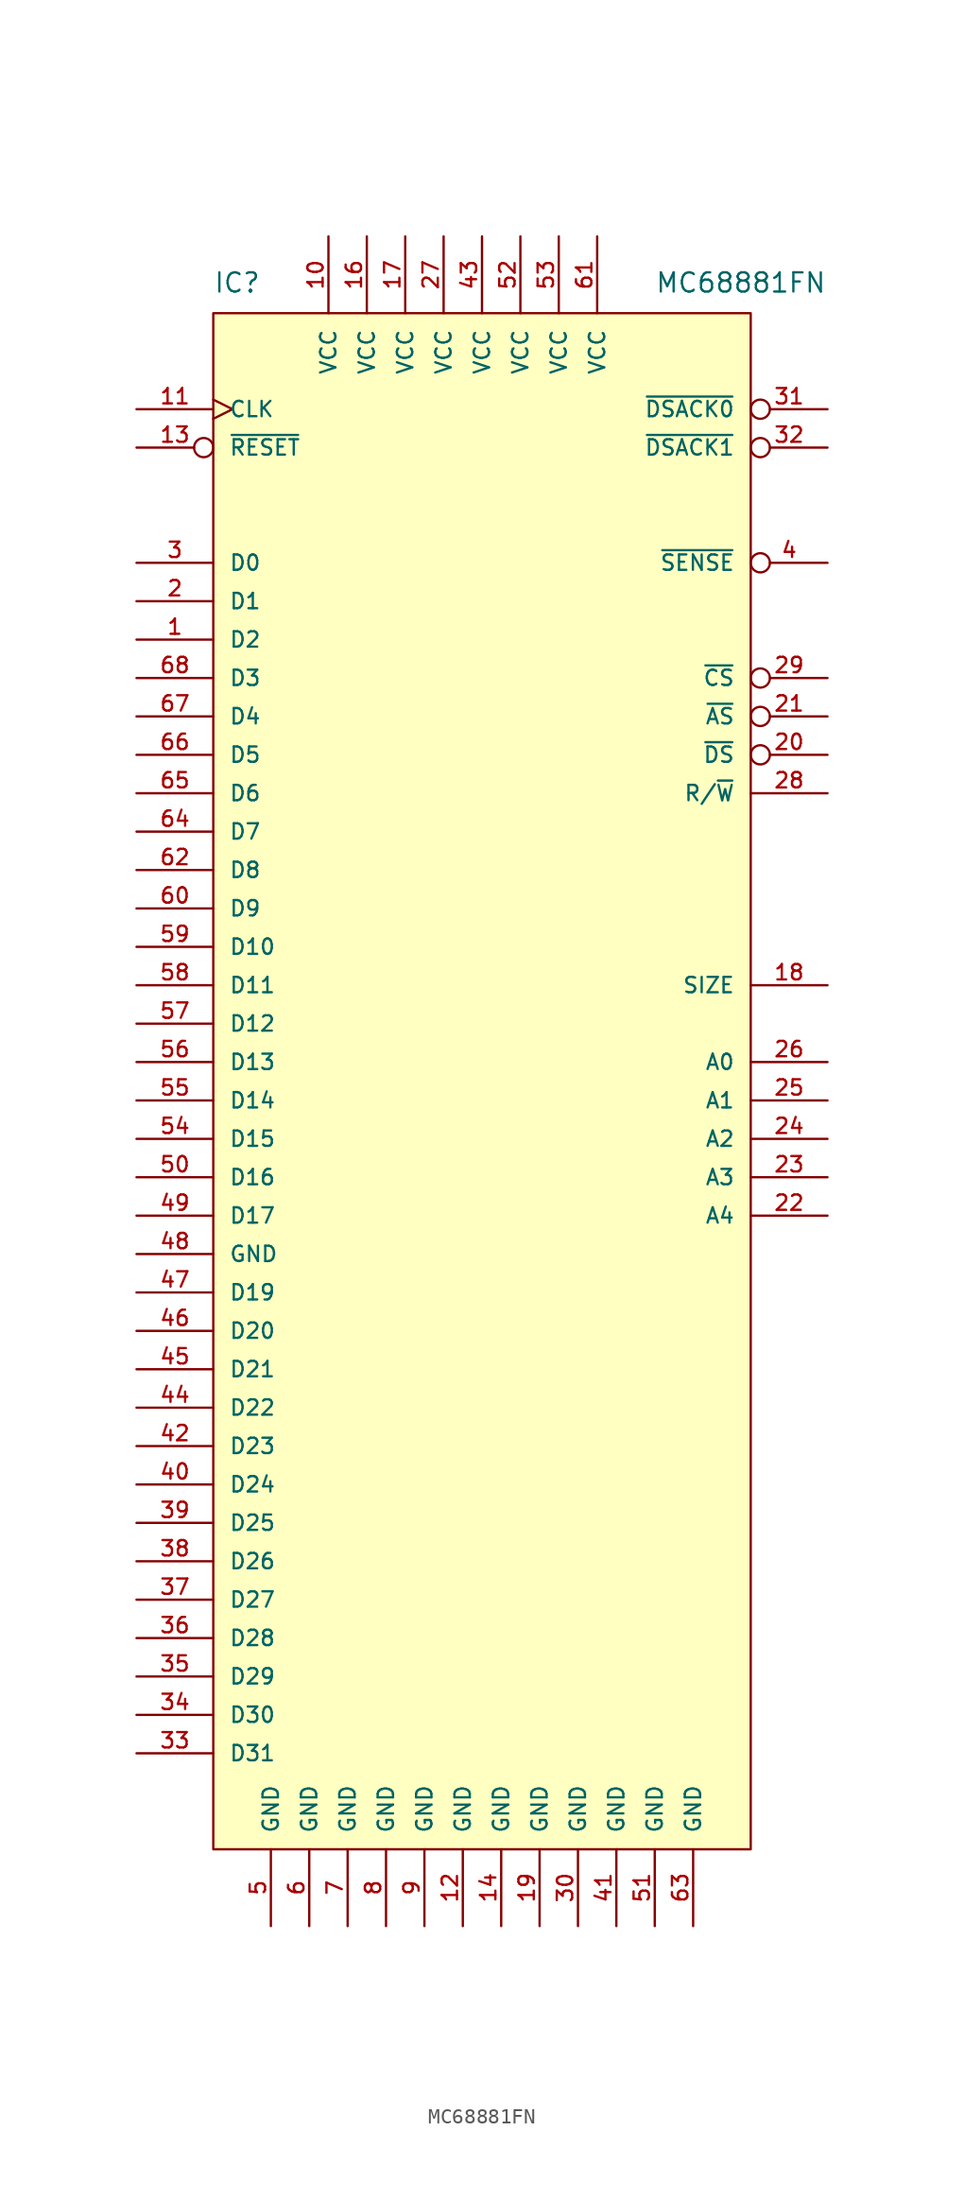
<source format=kicad_sym>
(kicad_symbol_lib
  (version 20220914)
  (generator kicad_symbol_editor)
  (symbol "MC68881FN"
    (pin_names
      (offset 1.016))
    (property "Reference" "IC"
      (at -17.78 57.15 0)
      (effects (font (size 1.27 1.27)) (justify left bottom)))
    (property "Value" "MC68881FN"
      (at 11.43 57.15 0)
      (effects (font (size 1.27 1.27)) (justify left bottom)))
    (property "Footprint" ""
      (at 0 0 0)
      (effects (font (size 1.524 1.524))))
    (property "Datasheet" ""
      (at 0 0 0)
      (effects (font (size 1.524 1.524))))
    (symbol "MC68881FN_0_1"
      (rectangle (start -17.78 55.88) (end 17.78 -45.72) (stroke (width 0) (type default)) (fill (type background))))
    (symbol "MC68881FN_1_1"
      (pin bidirectional line (at -22.86 34.29 0) (length 5.08) (name "D2" (effects (font (size 1.016 1.016)))) (number "1" (effects (font (size 1.016 1.016)))))
      (pin power_in line (at -10.16 60.96 270) (length 5.08) (name "VCC" (effects (font (size 1.016 1.016)))) (number "10" (effects (font (size 1.016 1.016)))))
      (pin input clock (at -22.86 49.53 0) (length 5.08) (name "CLK" (effects (font (size 1.016 1.016)))) (number "11" (effects (font (size 1.016 1.016)))))
      (pin power_in line (at -1.27 -50.8 90) (length 5.08) (name "GND" (effects (font (size 1.016 1.016)))) (number "12" (effects (font (size 1.016 1.016)))))
      (pin input inverted (at -22.86 46.99 0) (length 5.08) (name "~{RESET}" (effects (font (size 1.016 1.016)))) (number "13" (effects (font (size 1.016 1.016)))))
      (pin power_in line (at 1.27 -50.8 90) (length 5.08) (name "GND" (effects (font (size 1.016 1.016)))) (number "14" (effects (font (size 1.016 1.016)))))
      (pin power_in line (at -7.62 60.96 270) (length 5.08) (name "VCC" (effects (font (size 1.016 1.016)))) (number "16" (effects (font (size 1.016 1.016)))))
      (pin power_in line (at -5.08 60.96 270) (length 5.08) (name "VCC" (effects (font (size 1.016 1.016)))) (number "17" (effects (font (size 1.016 1.016)))))
      (pin input line (at 22.86 11.43 180) (length 5.08) (name "SIZE" (effects (font (size 1.016 1.016)))) (number "18" (effects (font (size 1.016 1.016)))))
      (pin power_in line (at 3.81 -50.8 90) (length 5.08) (name "GND" (effects (font (size 1.016 1.016)))) (number "19" (effects (font (size 1.016 1.016)))))
      (pin bidirectional line (at -22.86 36.83 0) (length 5.08) (name "D1" (effects (font (size 1.016 1.016)))) (number "2" (effects (font (size 1.016 1.016)))))
      (pin input inverted (at 22.86 26.67 180) (length 5.08) (name "~{DS}" (effects (font (size 1.016 1.016)))) (number "20" (effects (font (size 1.016 1.016)))))
      (pin input inverted (at 22.86 29.21 180) (length 5.08) (name "~{AS}" (effects (font (size 1.016 1.016)))) (number "21" (effects (font (size 1.016 1.016)))))
      (pin input line (at 22.86 -3.81 180) (length 5.08) (name "A4" (effects (font (size 1.016 1.016)))) (number "22" (effects (font (size 1.016 1.016)))))
      (pin input line (at 22.86 -1.27 180) (length 5.08) (name "A3" (effects (font (size 1.016 1.016)))) (number "23" (effects (font (size 1.016 1.016)))))
      (pin input line (at 22.86 1.27 180) (length 5.08) (name "A2" (effects (font (size 1.016 1.016)))) (number "24" (effects (font (size 1.016 1.016)))))
      (pin input line (at 22.86 3.81 180) (length 5.08) (name "A1" (effects (font (size 1.016 1.016)))) (number "25" (effects (font (size 1.016 1.016)))))
      (pin input line (at 22.86 6.35 180) (length 5.08) (name "A0" (effects (font (size 1.016 1.016)))) (number "26" (effects (font (size 1.016 1.016)))))
      (pin power_in line (at -2.54 60.96 270) (length 5.08) (name "VCC" (effects (font (size 1.016 1.016)))) (number "27" (effects (font (size 1.016 1.016)))))
      (pin input line (at 22.86 24.13 180) (length 5.08) (name "R/~{W}" (effects (font (size 1.016 1.016)))) (number "28" (effects (font (size 1.016 1.016)))))
      (pin input inverted (at 22.86 31.75 180) (length 5.08) (name "~{CS}" (effects (font (size 1.016 1.016)))) (number "29" (effects (font (size 1.016 1.016)))))
      (pin bidirectional line (at -22.86 39.37 0) (length 5.08) (name "D0" (effects (font (size 1.016 1.016)))) (number "3" (effects (font (size 1.016 1.016)))))
      (pin power_in line (at 6.35 -50.8 90) (length 5.08) (name "GND" (effects (font (size 1.016 1.016)))) (number "30" (effects (font (size 1.016 1.016)))))
      (pin open_collector inverted (at 22.86 49.53 180) (length 5.08) (name "~{DSACK0}" (effects (font (size 1.016 1.016)))) (number "31" (effects (font (size 1.016 1.016)))))
      (pin open_collector inverted (at 22.86 46.99 180) (length 5.08) (name "~{DSACK1}" (effects (font (size 1.016 1.016)))) (number "32" (effects (font (size 1.016 1.016)))))
      (pin bidirectional line (at -22.86 -39.37 0) (length 5.08) (name "D31" (effects (font (size 1.016 1.016)))) (number "33" (effects (font (size 1.016 1.016)))))
      (pin bidirectional line (at -22.86 -36.83 0) (length 5.08) (name "D30" (effects (font (size 1.016 1.016)))) (number "34" (effects (font (size 1.016 1.016)))))
      (pin bidirectional line (at -22.86 -34.29 0) (length 5.08) (name "D29" (effects (font (size 1.016 1.016)))) (number "35" (effects (font (size 1.016 1.016)))))
      (pin bidirectional line (at -22.86 -31.75 0) (length 5.08) (name "D28" (effects (font (size 1.016 1.016)))) (number "36" (effects (font (size 1.016 1.016)))))
      (pin bidirectional line (at -22.86 -29.21 0) (length 5.08) (name "D27" (effects (font (size 1.016 1.016)))) (number "37" (effects (font (size 1.016 1.016)))))
      (pin bidirectional line (at -22.86 -26.67 0) (length 5.08) (name "D26" (effects (font (size 1.016 1.016)))) (number "38" (effects (font (size 1.016 1.016)))))
      (pin bidirectional line (at -22.86 -24.13 0) (length 5.08) (name "D25" (effects (font (size 1.016 1.016)))) (number "39" (effects (font (size 1.016 1.016)))))
      (pin bidirectional inverted (at 22.86 39.37 180) (length 5.08) (name "~{SENSE}" (effects (font (size 1.016 1.016)))) (number "4" (effects (font (size 1.016 1.016)))))
      (pin bidirectional line (at -22.86 -21.59 0) (length 5.08) (name "D24" (effects (font (size 1.016 1.016)))) (number "40" (effects (font (size 1.016 1.016)))))
      (pin power_in line (at 8.89 -50.8 90) (length 5.08) (name "GND" (effects (font (size 1.016 1.016)))) (number "41" (effects (font (size 1.016 1.016)))))
      (pin bidirectional line (at -22.86 -19.05 0) (length 5.08) (name "D23" (effects (font (size 1.016 1.016)))) (number "42" (effects (font (size 1.016 1.016)))))
      (pin power_in line (at 0 60.96 270) (length 5.08) (name "VCC" (effects (font (size 1.016 1.016)))) (number "43" (effects (font (size 1.016 1.016)))))
      (pin bidirectional line (at -22.86 -16.51 0) (length 5.08) (name "D22" (effects (font (size 1.016 1.016)))) (number "44" (effects (font (size 1.016 1.016)))))
      (pin bidirectional line (at -22.86 -13.97 0) (length 5.08) (name "D21" (effects (font (size 1.016 1.016)))) (number "45" (effects (font (size 1.016 1.016)))))
      (pin bidirectional line (at -22.86 -11.43 0) (length 5.08) (name "D20" (effects (font (size 1.016 1.016)))) (number "46" (effects (font (size 1.016 1.016)))))
      (pin bidirectional line (at -22.86 -8.89 0) (length 5.08) (name "D19" (effects (font (size 1.016 1.016)))) (number "47" (effects (font (size 1.016 1.016)))))
      (pin bidirectional line (at -22.86 -6.35 0) (length 5.08) (name "GND" (effects (font (size 1.016 1.016)))) (number "48" (effects (font (size 1.016 1.016)))))
      (pin bidirectional line (at -22.86 -3.81 0) (length 5.08) (name "D17" (effects (font (size 1.016 1.016)))) (number "49" (effects (font (size 1.016 1.016)))))
      (pin power_in line (at -13.97 -50.8 90) (length 5.08) (name "GND" (effects (font (size 1.016 1.016)))) (number "5" (effects (font (size 1.016 1.016)))))
      (pin bidirectional line (at -22.86 -1.27 0) (length 5.08) (name "D16" (effects (font (size 1.016 1.016)))) (number "50" (effects (font (size 1.016 1.016)))))
      (pin power_in line (at 11.43 -50.8 90) (length 5.08) (name "GND" (effects (font (size 1.016 1.016)))) (number "51" (effects (font (size 1.016 1.016)))))
      (pin power_in line (at 2.54 60.96 270) (length 5.08) (name "VCC" (effects (font (size 1.016 1.016)))) (number "52" (effects (font (size 1.016 1.016)))))
      (pin power_in line (at 5.08 60.96 270) (length 5.08) (name "VCC" (effects (font (size 1.016 1.016)))) (number "53" (effects (font (size 1.016 1.016)))))
      (pin bidirectional line (at -22.86 1.27 0) (length 5.08) (name "D15" (effects (font (size 1.016 1.016)))) (number "54" (effects (font (size 1.016 1.016)))))
      (pin bidirectional line (at -22.86 3.81 0) (length 5.08) (name "D14" (effects (font (size 1.016 1.016)))) (number "55" (effects (font (size 1.016 1.016)))))
      (pin bidirectional line (at -22.86 6.35 0) (length 5.08) (name "D13" (effects (font (size 1.016 1.016)))) (number "56" (effects (font (size 1.016 1.016)))))
      (pin bidirectional line (at -22.86 8.89 0) (length 5.08) (name "D12" (effects (font (size 1.016 1.016)))) (number "57" (effects (font (size 1.016 1.016)))))
      (pin bidirectional line (at -22.86 11.43 0) (length 5.08) (name "D11" (effects (font (size 1.016 1.016)))) (number "58" (effects (font (size 1.016 1.016)))))
      (pin bidirectional line (at -22.86 13.97 0) (length 5.08) (name "D10" (effects (font (size 1.016 1.016)))) (number "59" (effects (font (size 1.016 1.016)))))
      (pin power_in line (at -11.43 -50.8 90) (length 5.08) (name "GND" (effects (font (size 1.016 1.016)))) (number "6" (effects (font (size 1.016 1.016)))))
      (pin bidirectional line (at -22.86 16.51 0) (length 5.08) (name "D9" (effects (font (size 1.016 1.016)))) (number "60" (effects (font (size 1.016 1.016)))))
      (pin power_in line (at 7.62 60.96 270) (length 5.08) (name "VCC" (effects (font (size 1.016 1.016)))) (number "61" (effects (font (size 1.016 1.016)))))
      (pin bidirectional line (at -22.86 19.05 0) (length 5.08) (name "D8" (effects (font (size 1.016 1.016)))) (number "62" (effects (font (size 1.016 1.016)))))
      (pin power_in line (at 13.97 -50.8 90) (length 5.08) (name "GND" (effects (font (size 1.016 1.016)))) (number "63" (effects (font (size 1.016 1.016)))))
      (pin bidirectional line (at -22.86 21.59 0) (length 5.08) (name "D7" (effects (font (size 1.016 1.016)))) (number "64" (effects (font (size 1.016 1.016)))))
      (pin bidirectional line (at -22.86 24.13 0) (length 5.08) (name "D6" (effects (font (size 1.016 1.016)))) (number "65" (effects (font (size 1.016 1.016)))))
      (pin bidirectional line (at -22.86 26.67 0) (length 5.08) (name "D5" (effects (font (size 1.016 1.016)))) (number "66" (effects (font (size 1.016 1.016)))))
      (pin bidirectional line (at -22.86 29.21 0) (length 5.08) (name "D4" (effects (font (size 1.016 1.016)))) (number "67" (effects (font (size 1.016 1.016)))))
      (pin bidirectional line (at -22.86 31.75 0) (length 5.08) (name "D3" (effects (font (size 1.016 1.016)))) (number "68" (effects (font (size 1.016 1.016)))))
      (pin power_in line (at -8.89 -50.8 90) (length 5.08) (name "GND" (effects (font (size 1.016 1.016)))) (number "7" (effects (font (size 1.016 1.016)))))
      (pin power_in line (at -6.35 -50.8 90) (length 5.08) (name "GND" (effects (font (size 1.016 1.016)))) (number "8" (effects (font (size 1.016 1.016)))))
      (pin power_in line (at -3.81 -50.8 90) (length 5.08) (name "GND" (effects (font (size 1.016 1.016)))) (number "9" (effects (font (size 1.016 1.016))))))))
</source>
